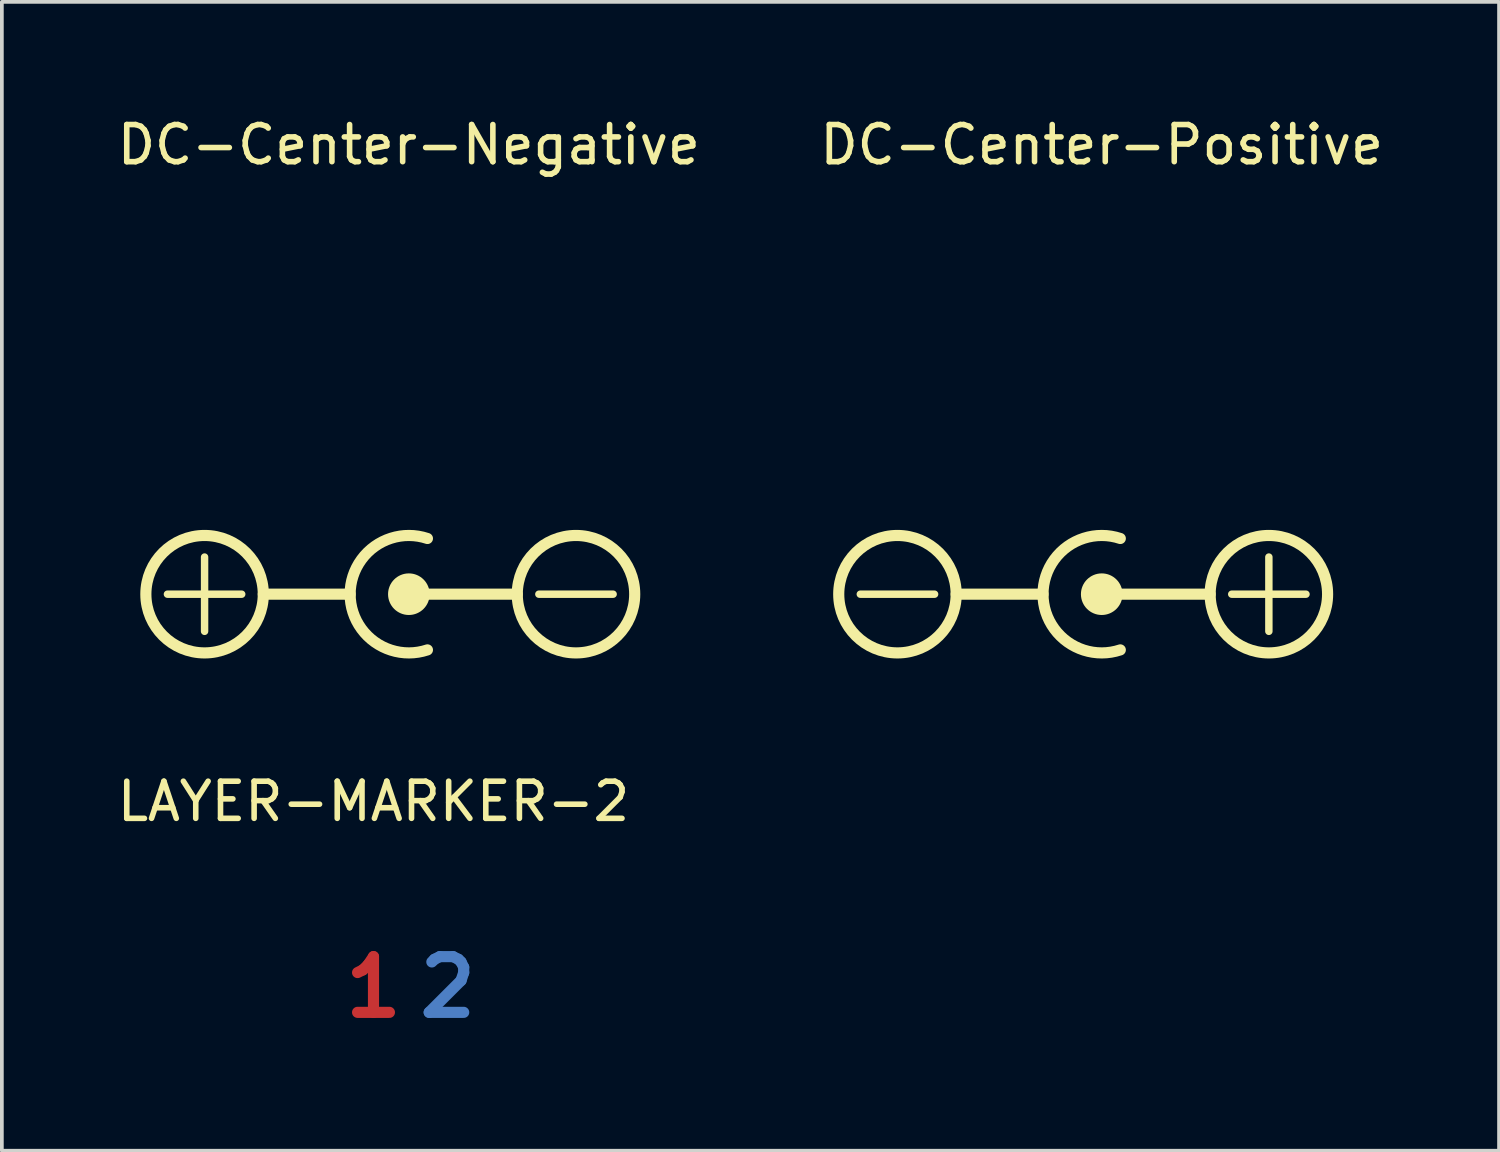
<source format=kicad_pcb>
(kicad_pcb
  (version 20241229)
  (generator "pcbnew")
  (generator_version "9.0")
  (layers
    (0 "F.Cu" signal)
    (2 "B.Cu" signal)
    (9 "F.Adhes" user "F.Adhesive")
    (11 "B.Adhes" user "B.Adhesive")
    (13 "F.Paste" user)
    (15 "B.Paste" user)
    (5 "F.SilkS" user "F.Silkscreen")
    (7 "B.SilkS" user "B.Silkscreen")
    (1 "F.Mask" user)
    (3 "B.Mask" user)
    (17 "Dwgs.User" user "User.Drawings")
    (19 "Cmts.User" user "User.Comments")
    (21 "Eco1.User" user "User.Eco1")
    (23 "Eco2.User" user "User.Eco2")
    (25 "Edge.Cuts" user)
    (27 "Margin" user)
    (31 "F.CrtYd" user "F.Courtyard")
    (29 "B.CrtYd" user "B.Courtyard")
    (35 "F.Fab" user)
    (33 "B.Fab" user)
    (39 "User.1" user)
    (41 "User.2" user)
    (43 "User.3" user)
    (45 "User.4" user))
  (footprint "LAYER-MARKER-2"
    (layer "F.Cu")
    (at 7.006 23.528)
    (property "Reference" "LAYER-MARKER-2" (at 0 -5 0) (unlocked yes) (layer "F.SilkS") (effects (font (size 1 1) (thickness 0.15))))
    (fp_poly (pts (xy 3.25 1) (xy -1.05 1) (xy -1.05 -1.15) (xy 3.25 -1.15)) (stroke (width 0.12) (type solid)) (fill yes) (layer "F.Mask"))
    (fp_poly (pts (xy 3.25 1) (xy -1.05 1) (xy -1.05 -1.15) (xy 3.25 -1.15)) (stroke (width 0.12) (type solid)) (fill yes) (layer "B.Mask"))
    (fp_text user "1" (at 0 0 0) (unlocked yes) (layer "F.Cu") (effects (font (size 1.5 1.5) (thickness 0.3))))
    (fp_text user "2" (at 2 0 0) (unlocked yes) (layer "B.Cu") (effects (font (size 1.5 1.5) (thickness 0.3))))
    (zone (net_name "") (layers "F.Cu" "B.Cu") (hatch edge 0.508) (connect_pads) (min_thickness 0.254) (filled_areas_thickness no) (keepout (tracks not_allowed) (vias not_allowed) (pads not_allowed) (copperpour not_allowed) (footprints not_allowed)) (placement (enabled no)) (fill) (polygon (pts (xy 10.256 24.528) (xy 5.956 24.528) (xy 5.956 22.378) (xy 10.256 22.378)))))
  (footprint "DC-Center-Negative"
    (layer "F.Cu")
    (at 7.958 12.948)
    (property "Reference" "DC-Center-Negative" (at 0 -12.1 0) (unlocked yes) (layer "F.SilkS") (effects (font (size 1 1) (thickness 0.15))))
    (attr exclude_from_pos_files exclude_from_bom allow_missing_courtyard dnp)
    (fp_line (start -6.5 0) (end -4.5 0) (stroke (width 0.2) (type default)) (layer "F.SilkS"))
    (fp_line (start -5.5 -1) (end -5.5 1) (stroke (width 0.2) (type default)) (layer "F.SilkS"))
    (fp_line (start -1.581 0) (end -3.919 0) (stroke (width 0.3) (type default)) (layer "F.SilkS"))
    (fp_line (start 0 0) (end 2.919 0) (stroke (width 0.3) (type default)) (layer "F.SilkS"))
    (fp_line (start 3.5 0) (end 5.5 0) (stroke (width 0.2) (type default)) (layer "F.SilkS"))
    (fp_arc (start 0.5 1.499999) (mid -1.581138 0) (end 0.5 -1.499999) (stroke (width 0.3) (type default)) (layer "F.SilkS"))
    (fp_circle (center -5.5 0) (end -3.919 0) (stroke (width 0.3) (type default)) (fill no) (layer "F.SilkS"))
    (fp_circle (center 0 0) (end 0.5 0) (stroke (width 0.12) (type solid)) (fill yes) (layer "F.SilkS"))
    (fp_circle (center 4.5 0) (end 6.081 0) (stroke (width 0.3) (type default)) (fill no) (layer "F.SilkS")))
  (footprint "DC-Center-Positive"
    (layer "F.Cu")
    (at 26.613 12.948)
    (property "Reference" "DC-Center-Positive" (at 0 -12.1 0) (unlocked yes) (layer "F.SilkS") (effects (font (size 1 1) (thickness 0.15))))
    (attr exclude_from_pos_files exclude_from_bom allow_missing_courtyard dnp)
    (fp_line (start -6.5 0) (end -4.5 0) (stroke (width 0.2) (type default)) (layer "F.SilkS"))
    (fp_line (start -1.581 0) (end -3.919 0) (stroke (width 0.3) (type default)) (layer "F.SilkS"))
    (fp_line (start 0 0) (end 2.919 0) (stroke (width 0.3) (type default)) (layer "F.SilkS"))
    (fp_line (start 3.5 0) (end 5.5 0) (stroke (width 0.2) (type default)) (layer "F.SilkS"))
    (fp_line (start 4.5 -1) (end 4.5 1) (stroke (width 0.2) (type default)) (layer "F.SilkS"))
    (fp_arc (start 0.5 1.499999) (mid -1.581138 0) (end 0.5 -1.499999) (stroke (width 0.3) (type default)) (layer "F.SilkS"))
    (fp_circle (center -5.5 0) (end -3.919 0) (stroke (width 0.3) (type default)) (fill no) (layer "F.SilkS"))
    (fp_circle (center 0 0) (end 0.5 0) (stroke (width 0.12) (type solid)) (fill yes) (layer "F.SilkS"))
    (fp_circle (center 4.5 0) (end 6.081 0) (stroke (width 0.3) (type default)) (fill no) (layer "F.SilkS")))
  (gr_rect
    (start -3 -3)
    (end 37.31 27.932)
    (stroke (width 0.1) (type default))
    (fill no)
    (layer "Edge.Cuts")))
</source>
